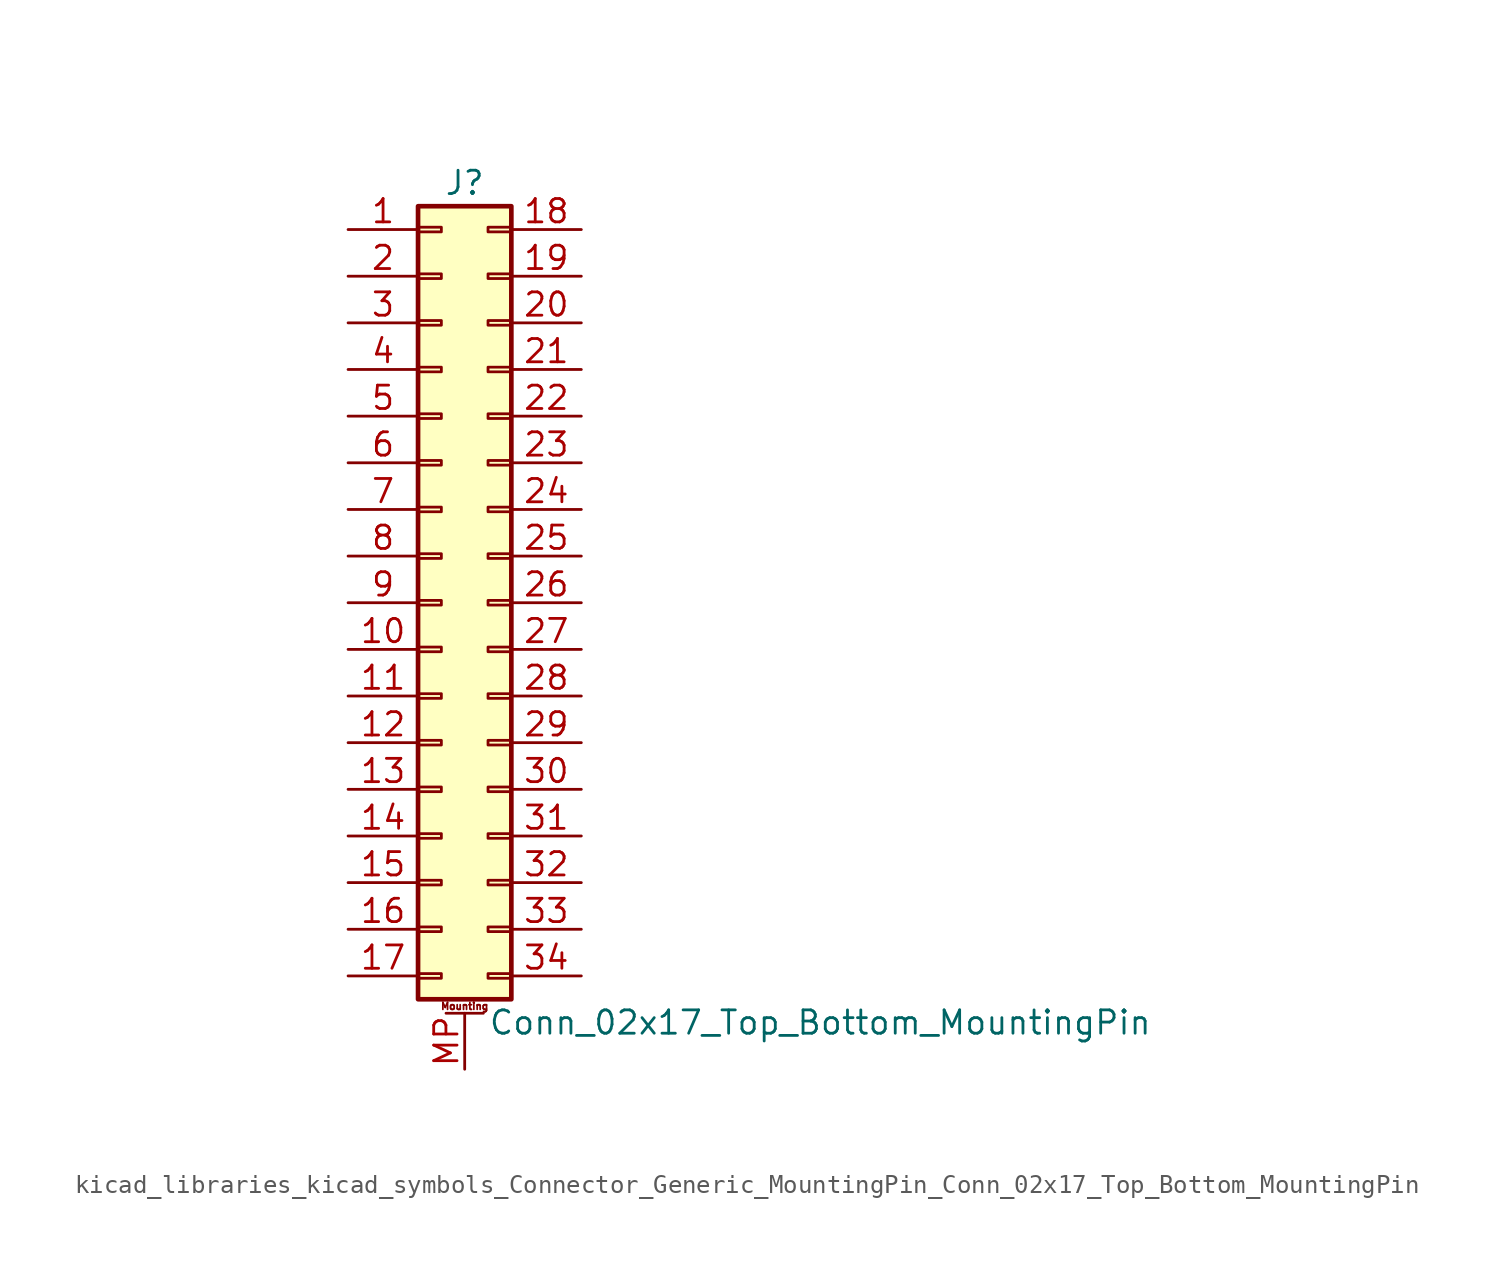
<source format=kicad_sym>
(kicad_symbol_lib
  (version 20220914)
  (generator kicad_symbol_editor)
  (symbol "kicad_libraries_kicad_symbols_Connector_Generic_MountingPin_Conn_02x17_Top_Bottom_MountingPin"
    (pin_names
      (offset 1.016) hide)
    (property "Reference" "J"
      (at 1.27 22.86 0)
      (effects (font (size 1.27 1.27))))
    (property "Value" "Conn_02x17_Top_Bottom_MountingPin"
      (at 2.54 -22.86 0)
      (effects (font (size 1.27 1.27)) (justify left)))
    (symbol "kicad_libraries_kicad_symbols_Connector_Generic_MountingPin_Conn_02x17_Top_Bottom_MountingPin_1_1"
      (rectangle (start -1.27 -20.193) (end 0 -20.447) (stroke (width 0.152) (type default)) (fill (type none)))
      (rectangle (start -1.27 -17.653) (end 0 -17.907) (stroke (width 0.152) (type default)) (fill (type none)))
      (rectangle (start -1.27 -15.113) (end 0 -15.367) (stroke (width 0.152) (type default)) (fill (type none)))
      (rectangle (start -1.27 -12.573) (end 0 -12.827) (stroke (width 0.152) (type default)) (fill (type none)))
      (rectangle (start -1.27 -10.033) (end 0 -10.287) (stroke (width 0.152) (type default)) (fill (type none)))
      (rectangle (start -1.27 -7.493) (end 0 -7.747) (stroke (width 0.152) (type default)) (fill (type none)))
      (rectangle (start -1.27 -4.953) (end 0 -5.207) (stroke (width 0.152) (type default)) (fill (type none)))
      (rectangle (start -1.27 -2.413) (end 0 -2.667) (stroke (width 0.152) (type default)) (fill (type none)))
      (rectangle (start -1.27 0.127) (end 0 -0.127) (stroke (width 0.152) (type default)) (fill (type none)))
      (rectangle (start -1.27 2.667) (end 0 2.413) (stroke (width 0.152) (type default)) (fill (type none)))
      (rectangle (start -1.27 5.207) (end 0 4.953) (stroke (width 0.152) (type default)) (fill (type none)))
      (rectangle (start -1.27 7.747) (end 0 7.493) (stroke (width 0.152) (type default)) (fill (type none)))
      (rectangle (start -1.27 10.287) (end 0 10.033) (stroke (width 0.152) (type default)) (fill (type none)))
      (rectangle (start -1.27 12.827) (end 0 12.573) (stroke (width 0.152) (type default)) (fill (type none)))
      (rectangle (start -1.27 15.367) (end 0 15.113) (stroke (width 0.152) (type default)) (fill (type none)))
      (rectangle (start -1.27 17.907) (end 0 17.653) (stroke (width 0.152) (type default)) (fill (type none)))
      (rectangle (start -1.27 20.447) (end 0 20.193) (stroke (width 0.152) (type default)) (fill (type none)))
      (rectangle (start -1.27 21.59) (end 3.81 -21.59) (stroke (width 0.254) (type default)) (fill (type background)))
      (polyline (pts (xy 0.254 -22.352) (xy 2.286 -22.352)) (stroke (width 0.152) (type default)) (fill (type none)))
      (rectangle (start 3.81 -20.193) (end 2.54 -20.447) (stroke (width 0.152) (type default)) (fill (type none)))
      (rectangle (start 3.81 -17.653) (end 2.54 -17.907) (stroke (width 0.152) (type default)) (fill (type none)))
      (rectangle (start 3.81 -15.113) (end 2.54 -15.367) (stroke (width 0.152) (type default)) (fill (type none)))
      (rectangle (start 3.81 -12.573) (end 2.54 -12.827) (stroke (width 0.152) (type default)) (fill (type none)))
      (rectangle (start 3.81 -10.033) (end 2.54 -10.287) (stroke (width 0.152) (type default)) (fill (type none)))
      (rectangle (start 3.81 -7.493) (end 2.54 -7.747) (stroke (width 0.152) (type default)) (fill (type none)))
      (rectangle (start 3.81 -4.953) (end 2.54 -5.207) (stroke (width 0.152) (type default)) (fill (type none)))
      (rectangle (start 3.81 -2.413) (end 2.54 -2.667) (stroke (width 0.152) (type default)) (fill (type none)))
      (rectangle (start 3.81 0.127) (end 2.54 -0.127) (stroke (width 0.152) (type default)) (fill (type none)))
      (rectangle (start 3.81 2.667) (end 2.54 2.413) (stroke (width 0.152) (type default)) (fill (type none)))
      (rectangle (start 3.81 5.207) (end 2.54 4.953) (stroke (width 0.152) (type default)) (fill (type none)))
      (rectangle (start 3.81 7.747) (end 2.54 7.493) (stroke (width 0.152) (type default)) (fill (type none)))
      (rectangle (start 3.81 10.287) (end 2.54 10.033) (stroke (width 0.152) (type default)) (fill (type none)))
      (rectangle (start 3.81 12.827) (end 2.54 12.573) (stroke (width 0.152) (type default)) (fill (type none)))
      (rectangle (start 3.81 15.367) (end 2.54 15.113) (stroke (width 0.152) (type default)) (fill (type none)))
      (rectangle (start 3.81 17.907) (end 2.54 17.653) (stroke (width 0.152) (type default)) (fill (type none)))
      (rectangle (start 3.81 20.447) (end 2.54 20.193) (stroke (width 0.152) (type default)) (fill (type none)))
      (text "Mounting" (at 1.27 -21.971 0) (effects (font (size 0.381 0.381))))
      (pin passive line (at -5.08 20.32 0) (length 3.81) (name "Pin_1" (effects (font (size 1.27 1.27)))) (number "1" (effects (font (size 1.27 1.27)))))
      (pin passive line (at -5.08 -2.54 0) (length 3.81) (name "Pin_10" (effects (font (size 1.27 1.27)))) (number "10" (effects (font (size 1.27 1.27)))))
      (pin passive line (at -5.08 -5.08 0) (length 3.81) (name "Pin_11" (effects (font (size 1.27 1.27)))) (number "11" (effects (font (size 1.27 1.27)))))
      (pin passive line (at -5.08 -7.62 0) (length 3.81) (name "Pin_12" (effects (font (size 1.27 1.27)))) (number "12" (effects (font (size 1.27 1.27)))))
      (pin passive line (at -5.08 -10.16 0) (length 3.81) (name "Pin_13" (effects (font (size 1.27 1.27)))) (number "13" (effects (font (size 1.27 1.27)))))
      (pin passive line (at -5.08 -12.7 0) (length 3.81) (name "Pin_14" (effects (font (size 1.27 1.27)))) (number "14" (effects (font (size 1.27 1.27)))))
      (pin passive line (at -5.08 -15.24 0) (length 3.81) (name "Pin_15" (effects (font (size 1.27 1.27)))) (number "15" (effects (font (size 1.27 1.27)))))
      (pin passive line (at -5.08 -17.78 0) (length 3.81) (name "Pin_16" (effects (font (size 1.27 1.27)))) (number "16" (effects (font (size 1.27 1.27)))))
      (pin passive line (at -5.08 -20.32 0) (length 3.81) (name "Pin_17" (effects (font (size 1.27 1.27)))) (number "17" (effects (font (size 1.27 1.27)))))
      (pin passive line (at 7.62 20.32 180) (length 3.81) (name "Pin_18" (effects (font (size 1.27 1.27)))) (number "18" (effects (font (size 1.27 1.27)))))
      (pin passive line (at 7.62 17.78 180) (length 3.81) (name "Pin_19" (effects (font (size 1.27 1.27)))) (number "19" (effects (font (size 1.27 1.27)))))
      (pin passive line (at -5.08 17.78 0) (length 3.81) (name "Pin_2" (effects (font (size 1.27 1.27)))) (number "2" (effects (font (size 1.27 1.27)))))
      (pin passive line (at 7.62 15.24 180) (length 3.81) (name "Pin_20" (effects (font (size 1.27 1.27)))) (number "20" (effects (font (size 1.27 1.27)))))
      (pin passive line (at 7.62 12.7 180) (length 3.81) (name "Pin_21" (effects (font (size 1.27 1.27)))) (number "21" (effects (font (size 1.27 1.27)))))
      (pin passive line (at 7.62 10.16 180) (length 3.81) (name "Pin_22" (effects (font (size 1.27 1.27)))) (number "22" (effects (font (size 1.27 1.27)))))
      (pin passive line (at 7.62 7.62 180) (length 3.81) (name "Pin_23" (effects (font (size 1.27 1.27)))) (number "23" (effects (font (size 1.27 1.27)))))
      (pin passive line (at 7.62 5.08 180) (length 3.81) (name "Pin_24" (effects (font (size 1.27 1.27)))) (number "24" (effects (font (size 1.27 1.27)))))
      (pin passive line (at 7.62 2.54 180) (length 3.81) (name "Pin_25" (effects (font (size 1.27 1.27)))) (number "25" (effects (font (size 1.27 1.27)))))
      (pin passive line (at 7.62 0 180) (length 3.81) (name "Pin_26" (effects (font (size 1.27 1.27)))) (number "26" (effects (font (size 1.27 1.27)))))
      (pin passive line (at 7.62 -2.54 180) (length 3.81) (name "Pin_27" (effects (font (size 1.27 1.27)))) (number "27" (effects (font (size 1.27 1.27)))))
      (pin passive line (at 7.62 -5.08 180) (length 3.81) (name "Pin_28" (effects (font (size 1.27 1.27)))) (number "28" (effects (font (size 1.27 1.27)))))
      (pin passive line (at 7.62 -7.62 180) (length 3.81) (name "Pin_29" (effects (font (size 1.27 1.27)))) (number "29" (effects (font (size 1.27 1.27)))))
      (pin passive line (at -5.08 15.24 0) (length 3.81) (name "Pin_3" (effects (font (size 1.27 1.27)))) (number "3" (effects (font (size 1.27 1.27)))))
      (pin passive line (at 7.62 -10.16 180) (length 3.81) (name "Pin_30" (effects (font (size 1.27 1.27)))) (number "30" (effects (font (size 1.27 1.27)))))
      (pin passive line (at 7.62 -12.7 180) (length 3.81) (name "Pin_31" (effects (font (size 1.27 1.27)))) (number "31" (effects (font (size 1.27 1.27)))))
      (pin passive line (at 7.62 -15.24 180) (length 3.81) (name "Pin_32" (effects (font (size 1.27 1.27)))) (number "32" (effects (font (size 1.27 1.27)))))
      (pin passive line (at 7.62 -17.78 180) (length 3.81) (name "Pin_33" (effects (font (size 1.27 1.27)))) (number "33" (effects (font (size 1.27 1.27)))))
      (pin passive line (at 7.62 -20.32 180) (length 3.81) (name "Pin_34" (effects (font (size 1.27 1.27)))) (number "34" (effects (font (size 1.27 1.27)))))
      (pin passive line (at -5.08 12.7 0) (length 3.81) (name "Pin_4" (effects (font (size 1.27 1.27)))) (number "4" (effects (font (size 1.27 1.27)))))
      (pin passive line (at -5.08 10.16 0) (length 3.81) (name "Pin_5" (effects (font (size 1.27 1.27)))) (number "5" (effects (font (size 1.27 1.27)))))
      (pin passive line (at -5.08 7.62 0) (length 3.81) (name "Pin_6" (effects (font (size 1.27 1.27)))) (number "6" (effects (font (size 1.27 1.27)))))
      (pin passive line (at -5.08 5.08 0) (length 3.81) (name "Pin_7" (effects (font (size 1.27 1.27)))) (number "7" (effects (font (size 1.27 1.27)))))
      (pin passive line (at -5.08 2.54 0) (length 3.81) (name "Pin_8" (effects (font (size 1.27 1.27)))) (number "8" (effects (font (size 1.27 1.27)))))
      (pin passive line (at -5.08 0 0) (length 3.81) (name "Pin_9" (effects (font (size 1.27 1.27)))) (number "9" (effects (font (size 1.27 1.27)))))
      (pin passive line (at 1.27 -25.4 90) (length 3.048) (name "MountPin" (effects (font (size 1.27 1.27)))) (number "MP" (effects (font (size 1.27 1.27))))))))
</source>
